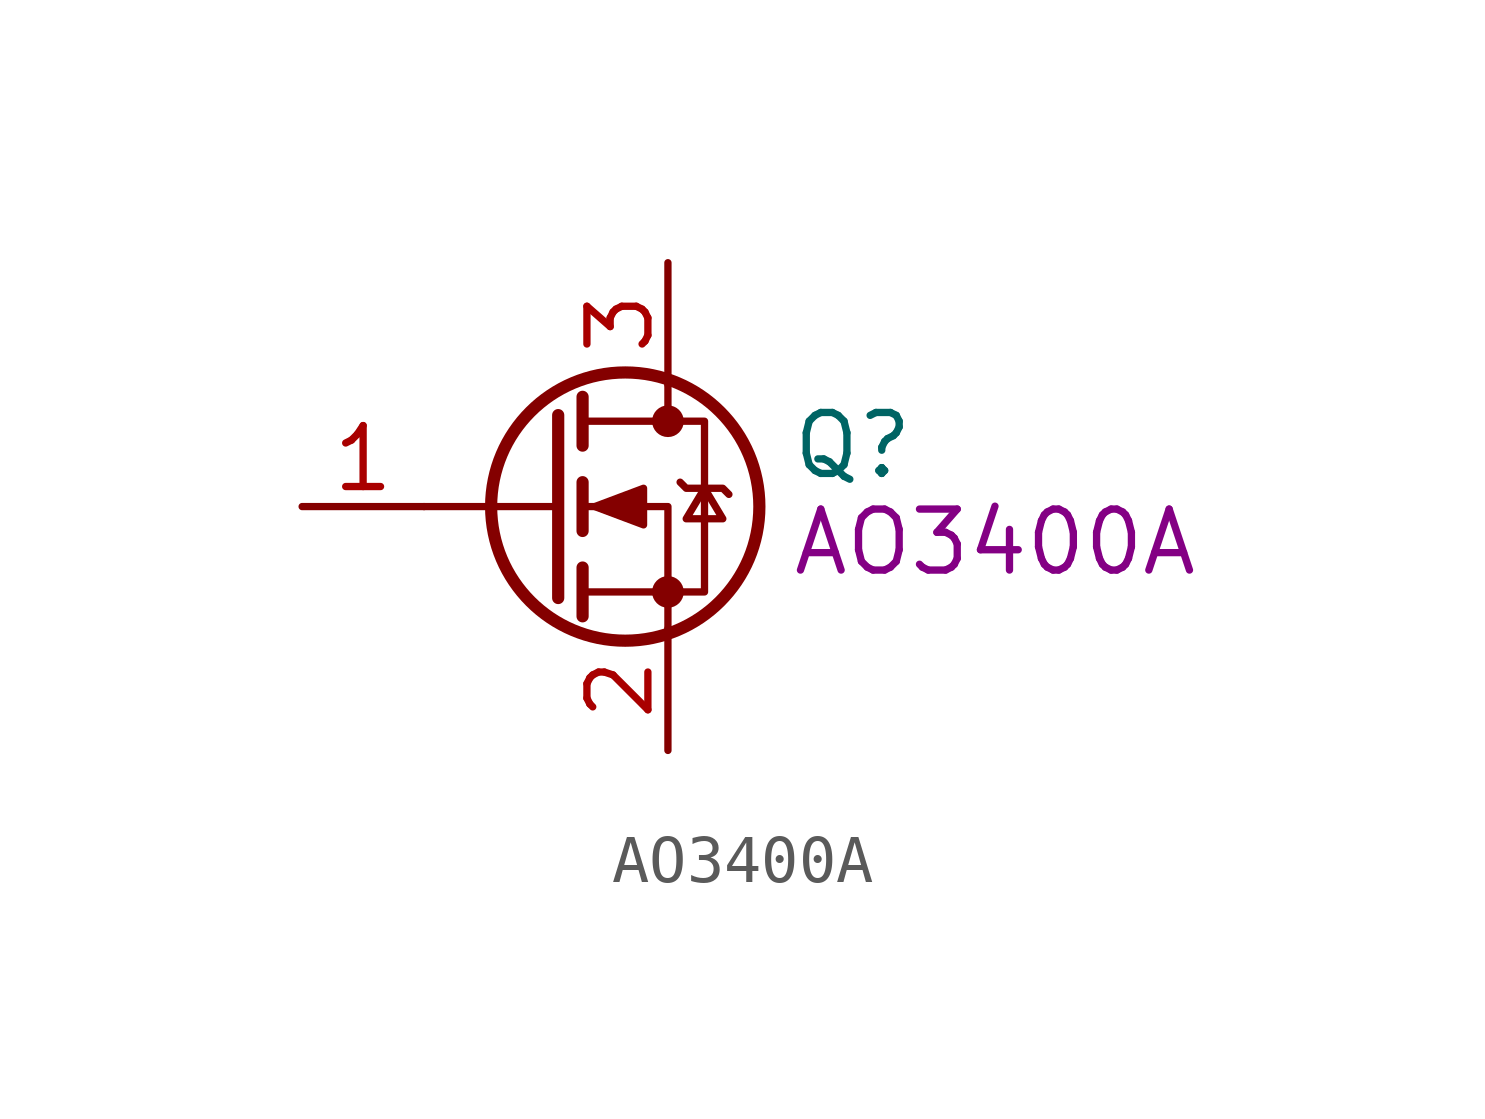
<source format=kicad_sym>
(kicad_symbol_lib
  (version 20211014)
  (generator kicad_symbol_editor)
  (symbol "AO3400A"
    (pin_names hide)
    (property "Reference" "Q"
      (at 3.81 1.27 0)
      (effects (font (size 1.27 1.27)) (justify left)))
    (property "UserValue" "AO3400A"
      (at 3.81 0 0)
      (effects (font (size 1.27 1.27)) (justify left top)))
    (symbol "AO3400A_0_1"
      (polyline (pts (xy -1.016 0) (xy -3.81 0)) (stroke (width 0) (type default) (color 0 0 0 0)) (fill (type none)))
      (polyline (pts (xy -1.016 1.905) (xy -1.016 -1.905)) (stroke (width 0.254) (type default) (color 0 0 0 0)) (fill (type none)))
      (polyline (pts (xy -0.508 -1.27) (xy -0.508 -2.286)) (stroke (width 0.254) (type default) (color 0 0 0 0)) (fill (type none)))
      (polyline (pts (xy -0.508 0.508) (xy -0.508 -0.508)) (stroke (width 0.254) (type default) (color 0 0 0 0)) (fill (type none)))
      (polyline (pts (xy -0.508 2.286) (xy -0.508 1.27)) (stroke (width 0.254) (type default) (color 0 0 0 0)) (fill (type none)))
      (polyline (pts (xy 1.27 2.54) (xy 1.27 1.778)) (stroke (width 0) (type default) (color 0 0 0 0)) (fill (type none)))
      (polyline (pts (xy 1.27 -2.54) (xy 1.27 0) (xy -0.508 0)) (stroke (width 0) (type default) (color 0 0 0 0)) (fill (type none)))
      (polyline (pts (xy -0.508 -1.778) (xy 2.032 -1.778) (xy 2.032 1.778) (xy -0.508 1.778)) (stroke (width 0) (type default) (color 0 0 0 0)) (fill (type none)))
      (polyline (pts (xy -0.254 0) (xy 0.762 0.381) (xy 0.762 -0.381) (xy -0.254 0)) (stroke (width 0) (type default) (color 0 0 0 0)) (fill (type outline)))
      (polyline (pts (xy 1.524 0.508) (xy 1.651 0.381) (xy 2.413 0.381) (xy 2.54 0.254)) (stroke (width 0) (type default) (color 0 0 0 0)) (fill (type none)))
      (polyline (pts (xy 2.032 0.381) (xy 1.651 -0.254) (xy 2.413 -0.254) (xy 2.032 0.381)) (stroke (width 0) (type default) (color 0 0 0 0)) (fill (type none)))
      (circle (center 0.381 0) (radius 2.794) (stroke (width 0.254) (type default) (color 0 0 0 0)) (fill (type none)))
      (circle (center 1.27 -1.778) (radius 0.254) (stroke (width 0) (type default) (color 0 0 0 0)) (fill (type outline)))
      (circle (center 1.27 1.778) (radius 0.254) (stroke (width 0) (type default) (color 0 0 0 0)) (fill (type outline))))
    (symbol "AO3400A_1_1"
      (pin input line (at -6.35 0 0) (length 2.54) (name "G" (effects (font (size 1.27 1.27)))) (number "1" (effects (font (size 1.27 1.27)))))
      (pin passive line (at 1.27 -5.08 90) (length 2.54) (name "S" (effects (font (size 1.27 1.27)))) (number "2" (effects (font (size 1.27 1.27)))))
      (pin passive line (at 1.27 5.08 270) (length 2.54) (name "D" (effects (font (size 1.27 1.27)))) (number "3" (effects (font (size 1.27 1.27))))))))
</source>
